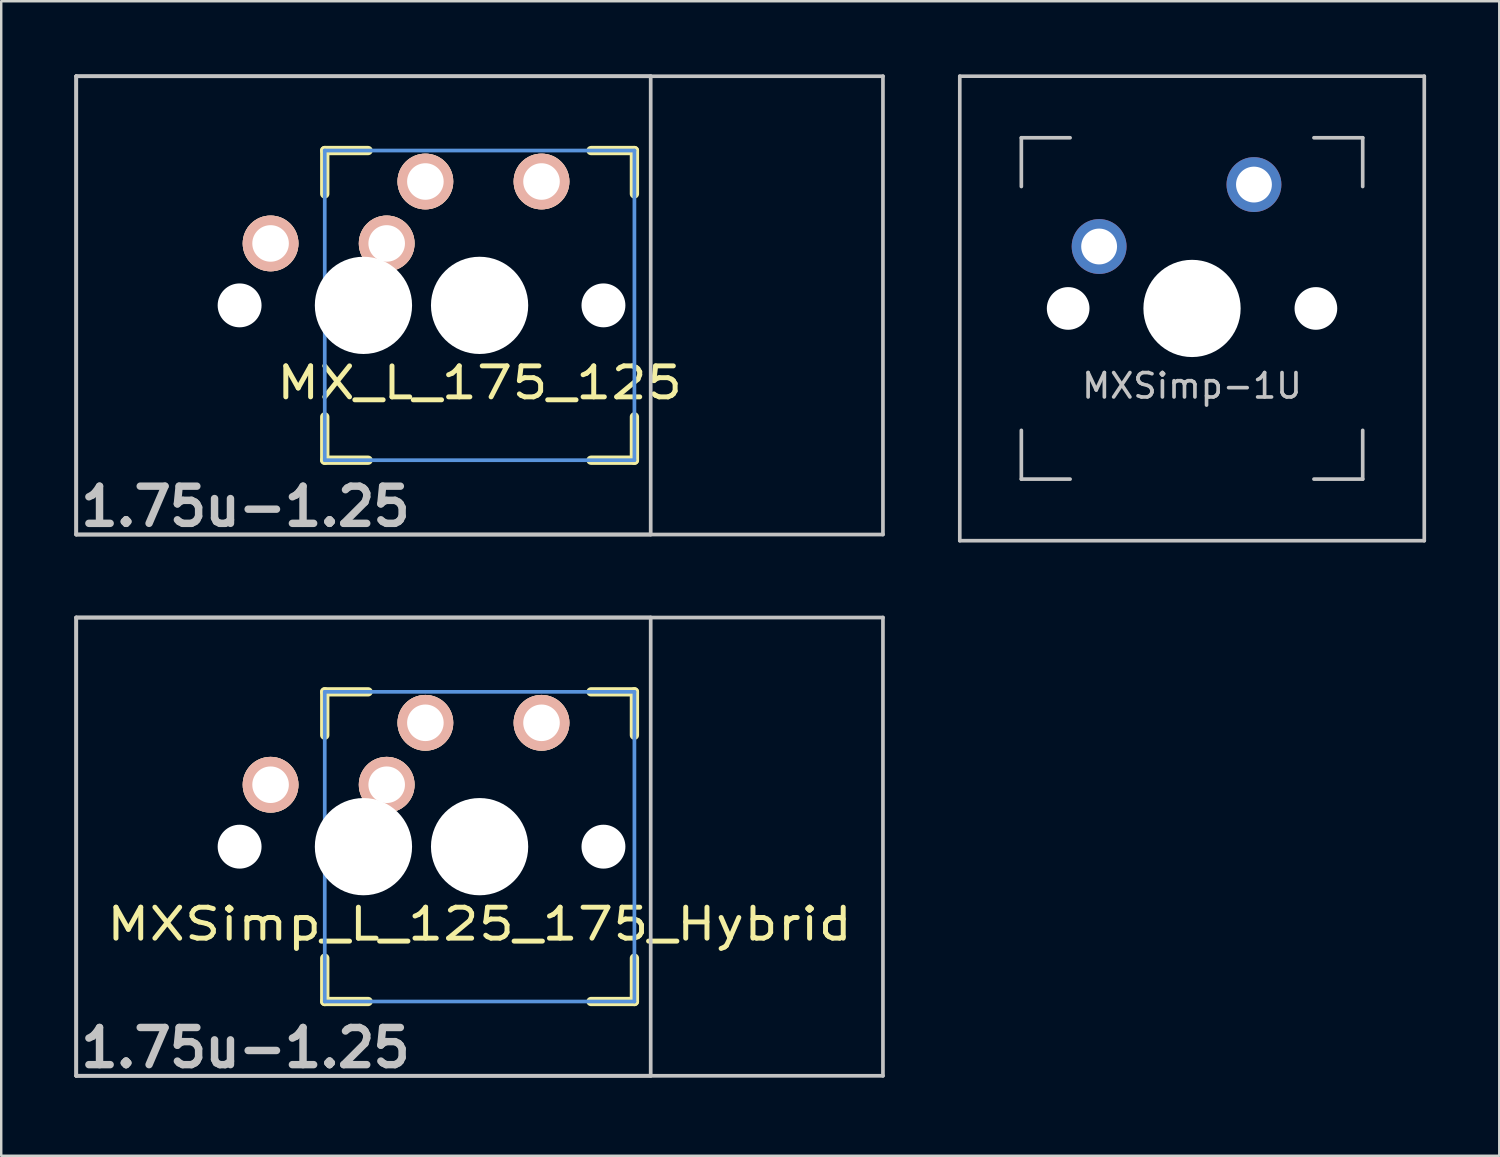
<source format=kicad_pcb>
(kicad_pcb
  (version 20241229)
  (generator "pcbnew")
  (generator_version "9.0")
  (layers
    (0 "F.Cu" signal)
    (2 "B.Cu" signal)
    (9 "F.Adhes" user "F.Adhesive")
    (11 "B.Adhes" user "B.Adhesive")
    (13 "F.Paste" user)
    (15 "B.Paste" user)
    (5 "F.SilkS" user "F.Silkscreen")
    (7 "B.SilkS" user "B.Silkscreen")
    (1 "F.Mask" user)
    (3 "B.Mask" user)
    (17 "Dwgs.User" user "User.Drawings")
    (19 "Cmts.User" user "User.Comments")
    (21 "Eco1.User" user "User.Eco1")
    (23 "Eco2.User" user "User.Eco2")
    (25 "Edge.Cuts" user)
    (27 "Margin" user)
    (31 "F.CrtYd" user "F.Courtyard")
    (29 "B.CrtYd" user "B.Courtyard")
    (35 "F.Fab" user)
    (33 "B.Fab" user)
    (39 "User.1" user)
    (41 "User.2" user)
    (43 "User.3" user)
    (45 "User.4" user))
  (footprint "MXSimp-1U"
    (layer "F.Cu")
    (at 45.838 9.6)
    (property "Reference" "MXSimp-1U" (at 0 3.175 0) (layer "Dwgs.User") (effects (font (size 1 1) (thickness 0.15))))
    (attr through_hole)
    (fp_line (start -9.525 -9.525) (end 9.525 -9.525) (stroke (width 0.15) (type solid)) (layer "Dwgs.User"))
    (fp_line (start -9.525 9.525) (end -9.525 -9.525) (stroke (width 0.15) (type solid)) (layer "Dwgs.User"))
    (fp_line (start -7 -7) (end -7 -5) (stroke (width 0.15) (type solid)) (layer "Dwgs.User"))
    (fp_line (start -7 5) (end -7 7) (stroke (width 0.15) (type solid)) (layer "Dwgs.User"))
    (fp_line (start -7 7) (end -5 7) (stroke (width 0.15) (type solid)) (layer "Dwgs.User"))
    (fp_line (start -5 -7) (end -7 -7) (stroke (width 0.15) (type solid)) (layer "Dwgs.User"))
    (fp_line (start 5 -7) (end 7 -7) (stroke (width 0.15) (type solid)) (layer "Dwgs.User"))
    (fp_line (start 5 7) (end 7 7) (stroke (width 0.15) (type solid)) (layer "Dwgs.User"))
    (fp_line (start 7 -7) (end 7 -5) (stroke (width 0.15) (type solid)) (layer "Dwgs.User"))
    (fp_line (start 7 7) (end 7 5) (stroke (width 0.15) (type solid)) (layer "Dwgs.User"))
    (fp_line (start 9.525 -9.525) (end 9.525 9.525) (stroke (width 0.15) (type solid)) (layer "Dwgs.User"))
    (fp_line (start 9.525 9.525) (end -9.525 9.525) (stroke (width 0.15) (type solid)) (layer "Dwgs.User"))
    (pad "" np_thru_hole circle (at -5.08 0 48.1) (size 1.75 1.75) (drill 1.75) (layers "*.Cu" "*.Mask"))
    (pad "" np_thru_hole circle (at 0 0) (size 3.988 3.988) (drill 3.988) (layers "*.Cu" "*.Mask"))
    (pad "" np_thru_hole circle (at 5.08 0 48.1) (size 1.75 1.75) (drill 1.75) (layers "*.Cu" "*.Mask"))
    (pad "1" thru_hole circle (at -3.81 -2.54) (size 2.25 2.25) (drill 1.47) (layers "*.Cu" "B.Mask"))
    (pad "2" thru_hole circle (at 2.54 -5.08) (size 2.25 2.25) (drill 1.47) (layers "*.Cu" "B.Mask")))
  (footprint "MXSimp_L_125_175_Hybrid"
    (layer "F.Cu")
    (at 16.619 31.674)
    (property "Reference" "MXSimp_L_125_175_Hybrid" (at 0 3.175 0) (layer "F.SilkS") (effects (font (size 1.27 1.524) (thickness 0.203))))
    (attr through_hole)
    (fp_line (start -6.35 -6.35) (end -4.572 -6.35) (stroke (width 0.381) (type solid)) (layer "F.SilkS"))
    (fp_line (start -6.35 -4.572) (end -6.35 -6.35) (stroke (width 0.381) (type solid)) (layer "F.SilkS"))
    (fp_line (start -6.35 6.35) (end -6.35 4.572) (stroke (width 0.381) (type solid)) (layer "F.SilkS"))
    (fp_line (start -4.572 6.35) (end -6.35 6.35) (stroke (width 0.381) (type solid)) (layer "F.SilkS"))
    (fp_line (start 4.572 -6.35) (end 6.35 -6.35) (stroke (width 0.381) (type solid)) (layer "F.SilkS"))
    (fp_line (start 6.35 -6.35) (end 6.35 -4.572) (stroke (width 0.381) (type solid)) (layer "F.SilkS"))
    (fp_line (start 6.35 4.572) (end 6.35 6.35) (stroke (width 0.381) (type solid)) (layer "F.SilkS"))
    (fp_line (start 6.35 6.35) (end 4.572 6.35) (stroke (width 0.381) (type solid)) (layer "F.SilkS"))
    (fp_line (start -16.543 -9.398) (end 7.018 -9.398) (stroke (width 0.152) (type solid)) (layer "Dwgs.User"))
    (fp_line (start -16.543 -9.398) (end 16.543 -9.398) (stroke (width 0.152) (type solid)) (layer "Dwgs.User"))
    (fp_line (start -16.543 9.398) (end -16.543 -9.398) (stroke (width 0.152) (type solid)) (layer "Dwgs.User"))
    (fp_line (start -16.543 9.398) (end -16.543 -9.398) (stroke (width 0.152) (type solid)) (layer "Dwgs.User"))
    (fp_line (start 7.018 -9.398) (end 7.018 9.398) (stroke (width 0.152) (type solid)) (layer "Dwgs.User"))
    (fp_line (start 7.018 9.398) (end -16.543 9.398) (stroke (width 0.152) (type solid)) (layer "Dwgs.User"))
    (fp_line (start 16.543 -9.398) (end 16.543 9.398) (stroke (width 0.152) (type solid)) (layer "Dwgs.User"))
    (fp_line (start 16.543 9.398) (end -16.543 9.398) (stroke (width 0.152) (type solid)) (layer "Dwgs.User"))
    (fp_line (start -6.35 -6.35) (end 6.35 -6.35) (stroke (width 0.152) (type solid)) (layer "Cmts.User"))
    (fp_line (start -6.35 6.35) (end -6.35 -6.35) (stroke (width 0.152) (type solid)) (layer "Cmts.User"))
    (fp_line (start 6.35 -6.35) (end 6.35 6.35) (stroke (width 0.152) (type solid)) (layer "Cmts.User"))
    (fp_line (start 6.35 6.35) (end -6.35 6.35) (stroke (width 0.152) (type solid)) (layer "Cmts.User"))
    (fp_line (start -6.985 -6.985) (end 6.985 -6.985) (stroke (width 0.152) (type solid)) (layer "Eco2.User"))
    (fp_line (start -6.985 6.985) (end -6.985 -6.985) (stroke (width 0.152) (type solid)) (layer "Eco2.User"))
    (fp_line (start 6.985 -6.985) (end 6.985 6.985) (stroke (width 0.152) (type solid)) (layer "Eco2.User"))
    (fp_line (start 6.985 6.985) (end -6.985 6.985) (stroke (width 0.152) (type solid)) (layer "Eco2.User"))
    (fp_text user "1.75u-1.25" (at -9.6 8.25 0) (layer "Dwgs.User") (effects (font (size 1.524 1.524) (thickness 0.305))))
    (pad "" np_thru_hole circle (at -9.842 0) (size 1.8 1.8) (drill 1.8) (layers "*.Cu"))
    (pad "" np_thru_hole circle (at -5.08 0) (size 1.8 1.8) (drill 1.8) (layers "*.Cu"))
    (pad "" np_thru_hole circle (at -4.763 0) (size 3.988 3.988) (drill 3.988) (layers "*.Cu"))
    (pad "" np_thru_hole circle (at 0 0) (size 3.988 3.988) (drill 3.988) (layers "*.Cu"))
    (pad "" np_thru_hole circle (at 0.318 0) (size 1.8 1.8) (drill 1.8) (layers "*.Cu"))
    (pad "" np_thru_hole circle (at 5.08 0) (size 1.8 1.8) (drill 1.8) (layers "*.Cu"))
    (pad "1" thru_hole circle (at -2.223 -5.08) (size 2.286 2.286) (drill 1.499) (layers "*.Cu" "*.SilkS" "*.Mask"))
    (pad "1" thru_hole circle (at 2.54 -5.08) (size 2.286 2.286) (drill 1.499) (layers "*.Cu" "*.SilkS" "*.Mask"))
    (pad "2" thru_hole circle (at -8.572 -2.54) (size 2.286 2.286) (drill 1.499) (layers "*.Cu" "*.SilkS" "*.Mask"))
    (pad "2" thru_hole circle (at -3.81 -2.54) (size 2.286 2.286) (drill 1.499) (layers "*.Cu" "*.SilkS" "*.Mask")))
  (footprint "MX_L_175_125"
    (layer "F.Cu")
    (at 16.619 9.474)
    (property "Reference" "MX_L_175_125" (at 0 3.175 0) (layer "F.SilkS") (effects (font (size 1.27 1.524) (thickness 0.203))))
    (attr through_hole)
    (fp_line (start -6.35 -6.35) (end -4.572 -6.35) (stroke (width 0.381) (type solid)) (layer "F.SilkS"))
    (fp_line (start -6.35 -4.572) (end -6.35 -6.35) (stroke (width 0.381) (type solid)) (layer "F.SilkS"))
    (fp_line (start -6.35 6.35) (end -6.35 4.572) (stroke (width 0.381) (type solid)) (layer "F.SilkS"))
    (fp_line (start -4.572 6.35) (end -6.35 6.35) (stroke (width 0.381) (type solid)) (layer "F.SilkS"))
    (fp_line (start 4.572 -6.35) (end 6.35 -6.35) (stroke (width 0.381) (type solid)) (layer "F.SilkS"))
    (fp_line (start 6.35 -6.35) (end 6.35 -4.572) (stroke (width 0.381) (type solid)) (layer "F.SilkS"))
    (fp_line (start 6.35 4.572) (end 6.35 6.35) (stroke (width 0.381) (type solid)) (layer "F.SilkS"))
    (fp_line (start 6.35 6.35) (end 4.572 6.35) (stroke (width 0.381) (type solid)) (layer "F.SilkS"))
    (fp_line (start -16.543 -9.398) (end 7.018 -9.398) (stroke (width 0.152) (type solid)) (layer "Dwgs.User"))
    (fp_line (start -16.543 -9.398) (end 16.543 -9.398) (stroke (width 0.152) (type solid)) (layer "Dwgs.User"))
    (fp_line (start -16.543 9.398) (end -16.543 -9.398) (stroke (width 0.152) (type solid)) (layer "Dwgs.User"))
    (fp_line (start -16.543 9.398) (end -16.543 -9.398) (stroke (width 0.152) (type solid)) (layer "Dwgs.User"))
    (fp_line (start 7.018 -9.398) (end 7.018 9.398) (stroke (width 0.152) (type solid)) (layer "Dwgs.User"))
    (fp_line (start 7.018 9.398) (end -16.543 9.398) (stroke (width 0.152) (type solid)) (layer "Dwgs.User"))
    (fp_line (start 16.543 -9.398) (end 16.543 9.398) (stroke (width 0.152) (type solid)) (layer "Dwgs.User"))
    (fp_line (start 16.543 9.398) (end -16.543 9.398) (stroke (width 0.152) (type solid)) (layer "Dwgs.User"))
    (fp_line (start -6.35 -6.35) (end 6.35 -6.35) (stroke (width 0.152) (type solid)) (layer "Cmts.User"))
    (fp_line (start -6.35 6.35) (end -6.35 -6.35) (stroke (width 0.152) (type solid)) (layer "Cmts.User"))
    (fp_line (start 6.35 -6.35) (end 6.35 6.35) (stroke (width 0.152) (type solid)) (layer "Cmts.User"))
    (fp_line (start 6.35 6.35) (end -6.35 6.35) (stroke (width 0.152) (type solid)) (layer "Cmts.User"))
    (fp_line (start -6.985 -6.985) (end 6.985 -6.985) (stroke (width 0.152) (type solid)) (layer "Eco2.User"))
    (fp_line (start -6.985 6.985) (end -6.985 -6.985) (stroke (width 0.152) (type solid)) (layer "Eco2.User"))
    (fp_line (start 6.985 -6.985) (end 6.985 6.985) (stroke (width 0.152) (type solid)) (layer "Eco2.User"))
    (fp_line (start 6.985 6.985) (end -6.985 6.985) (stroke (width 0.152) (type solid)) (layer "Eco2.User"))
    (fp_text user "1.75u-1.25" (at -9.6 8.25 0) (layer "Dwgs.User") (effects (font (size 1.524 1.524) (thickness 0.305))))
    (pad "" np_thru_hole circle (at -9.842 0) (size 1.8 1.8) (drill 1.8) (layers "*.Cu"))
    (pad "" np_thru_hole circle (at -5.08 0) (size 1.8 1.8) (drill 1.8) (layers "*.Cu"))
    (pad "" np_thru_hole circle (at -4.763 0) (size 3.988 3.988) (drill 3.988) (layers "*.Cu"))
    (pad "" np_thru_hole circle (at 0 0) (size 3.988 3.988) (drill 3.988) (layers "*.Cu"))
    (pad "" np_thru_hole circle (at 0.318 0) (size 1.8 1.8) (drill 1.8) (layers "*.Cu"))
    (pad "" np_thru_hole circle (at 5.08 0) (size 1.8 1.8) (drill 1.8) (layers "*.Cu"))
    (pad "1" thru_hole circle (at -2.223 -5.08) (size 2.286 2.286) (drill 1.499) (layers "*.Cu" "*.SilkS" "*.Mask"))
    (pad "1" thru_hole circle (at 2.54 -5.08) (size 2.286 2.286) (drill 1.499) (layers "*.Cu" "*.SilkS" "*.Mask"))
    (pad "2" thru_hole circle (at -8.572 -2.54) (size 2.286 2.286) (drill 1.499) (layers "*.Cu" "*.SilkS" "*.Mask"))
    (pad "2" thru_hole circle (at -3.81 -2.54) (size 2.286 2.286) (drill 1.499) (layers "*.Cu" "*.SilkS" "*.Mask")))
  (gr_rect
    (start -3 -3)
    (end 58.438 44.351)
    (stroke (width 0.1) (type default))
    (fill no)
    (layer "Edge.Cuts")))
</source>
